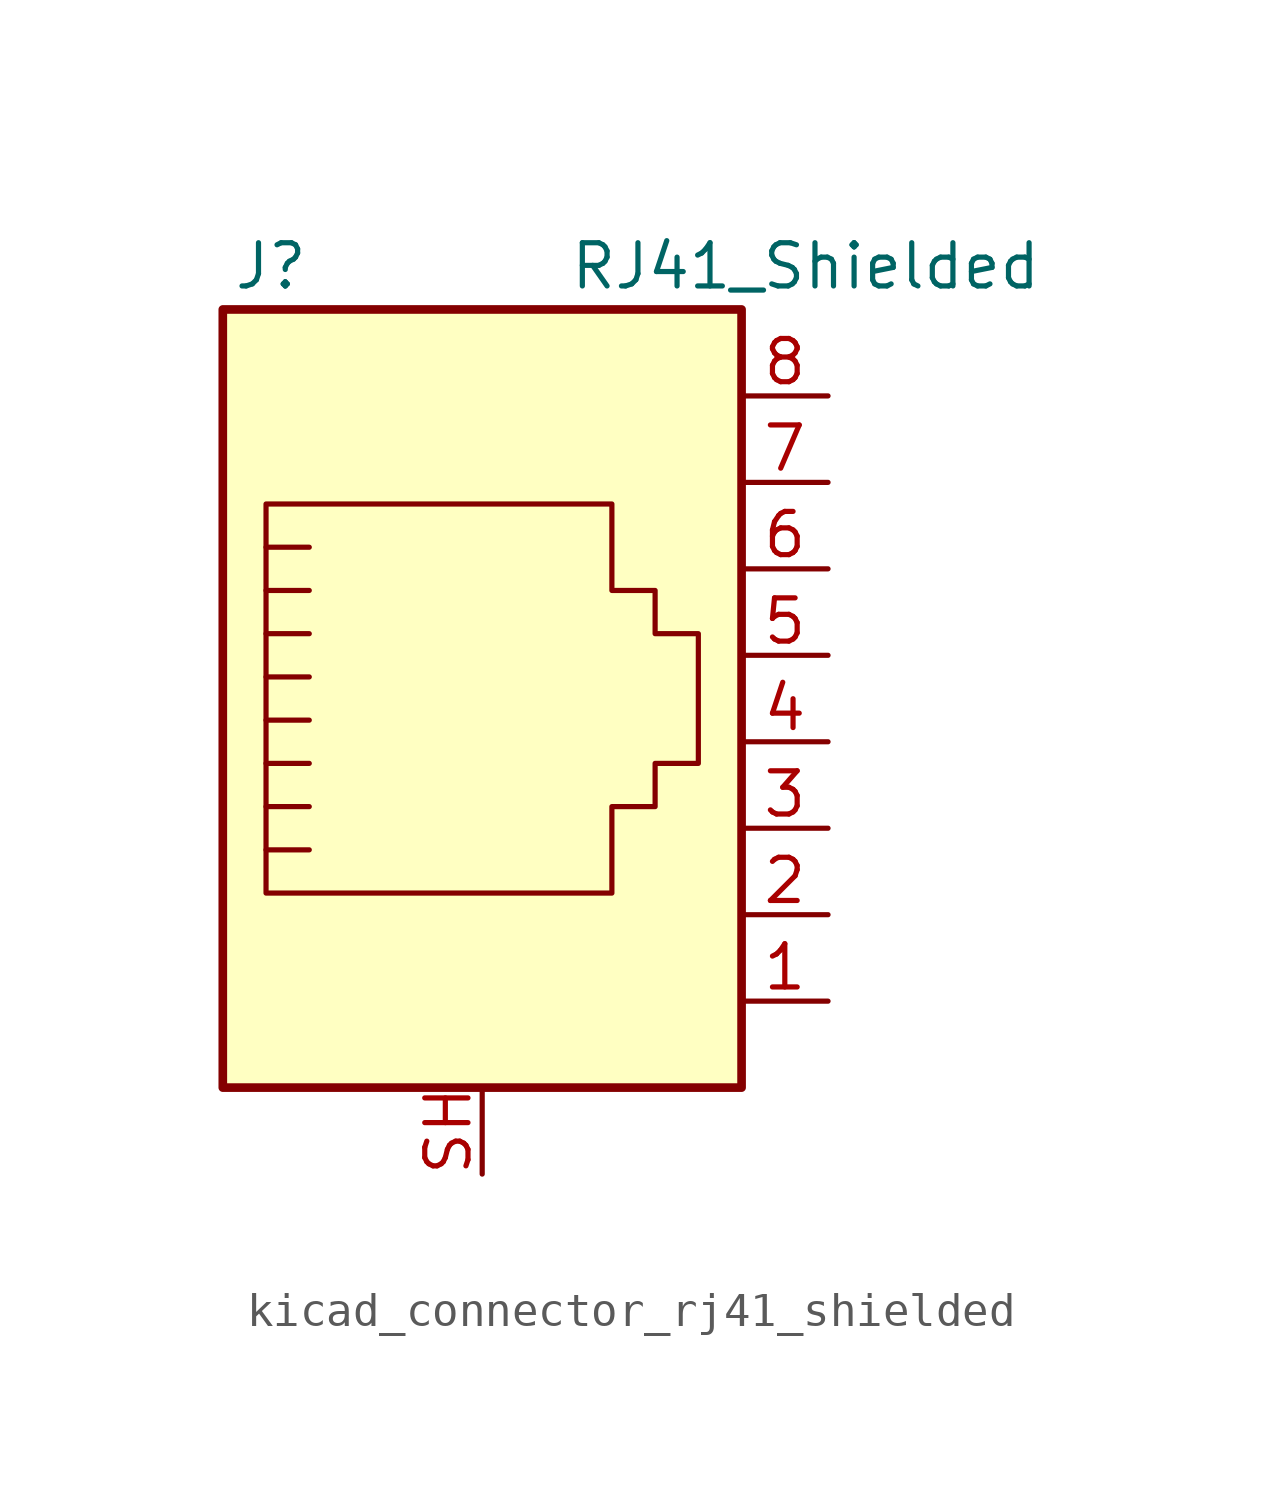
<source format=kicad_sym>
(kicad_symbol_lib
  (version 20220914)
  (generator kicad_symbol_editor)
  (symbol "kicad_connector_rj41_shielded"
    (pin_names
      (offset 1.016))
    (property "Reference" "J"
      (at -5.08 13.97 0)
      (effects (font (size 1.27 1.27)) (justify right)))
    (property "Value" "RJ41_Shielded"
      (at 2.54 13.97 0)
      (effects (font (size 1.27 1.27)) (justify left)))
    (symbol "kicad_connector_rj41_shielded_0_1"
      (polyline (pts (xy -5.08 4.445) (xy -6.35 4.445)) (stroke (width 0) (type default)) (fill (type none)))
      (polyline (pts (xy -5.08 5.715) (xy -6.35 5.715)) (stroke (width 0) (type default)) (fill (type none)))
      (polyline (pts (xy -6.35 -3.175) (xy -5.08 -3.175) (xy -5.08 -3.175)) (stroke (width 0) (type default)) (fill (type none)))
      (polyline (pts (xy -6.35 -1.905) (xy -5.08 -1.905) (xy -5.08 -1.905)) (stroke (width 0) (type default)) (fill (type none)))
      (polyline (pts (xy -6.35 -0.635) (xy -5.08 -0.635) (xy -5.08 -0.635)) (stroke (width 0) (type default)) (fill (type none)))
      (polyline (pts (xy -6.35 0.635) (xy -5.08 0.635) (xy -5.08 0.635)) (stroke (width 0) (type default)) (fill (type none)))
      (polyline (pts (xy -6.35 1.905) (xy -5.08 1.905) (xy -5.08 1.905)) (stroke (width 0) (type default)) (fill (type none)))
      (polyline (pts (xy -5.08 3.175) (xy -6.35 3.175) (xy -6.35 3.175)) (stroke (width 0) (type default)) (fill (type none)))
      (polyline (pts (xy -6.35 -4.445) (xy -6.35 6.985) (xy 3.81 6.985) (xy 3.81 4.445) (xy 5.08 4.445) (xy 5.08 3.175) (xy 6.35 3.175) (xy 6.35 -0.635) (xy 5.08 -0.635) (xy 5.08 -1.905) (xy 3.81 -1.905) (xy 3.81 -4.445) (xy -6.35 -4.445) (xy -6.35 -4.445)) (stroke (width 0) (type default)) (fill (type none)))
      (rectangle (start 7.62 12.7) (end -7.62 -10.16) (stroke (width 0.254) (type default)) (fill (type background))))
    (symbol "kicad_connector_rj41_shielded_1_1"
      (pin passive line (at 10.16 -7.62 180) (length 2.54) (name "~" (effects (font (size 1.27 1.27)))) (number "1" (effects (font (size 1.27 1.27)))))
      (pin passive line (at 10.16 -5.08 180) (length 2.54) (name "~" (effects (font (size 1.27 1.27)))) (number "2" (effects (font (size 1.27 1.27)))))
      (pin passive line (at 10.16 -2.54 180) (length 2.54) (name "~" (effects (font (size 1.27 1.27)))) (number "3" (effects (font (size 1.27 1.27)))))
      (pin passive line (at 10.16 0 180) (length 2.54) (name "~" (effects (font (size 1.27 1.27)))) (number "4" (effects (font (size 1.27 1.27)))))
      (pin passive line (at 10.16 2.54 180) (length 2.54) (name "~" (effects (font (size 1.27 1.27)))) (number "5" (effects (font (size 1.27 1.27)))))
      (pin passive line (at 10.16 5.08 180) (length 2.54) (name "~" (effects (font (size 1.27 1.27)))) (number "6" (effects (font (size 1.27 1.27)))))
      (pin passive line (at 10.16 7.62 180) (length 2.54) (name "~" (effects (font (size 1.27 1.27)))) (number "7" (effects (font (size 1.27 1.27)))))
      (pin passive line (at 10.16 10.16 180) (length 2.54) (name "~" (effects (font (size 1.27 1.27)))) (number "8" (effects (font (size 1.27 1.27)))))
      (pin passive line (at 0 -12.7 90) (length 2.54) (name "~" (effects (font (size 1.27 1.27)))) (number "SH" (effects (font (size 1.27 1.27))))))))
</source>
